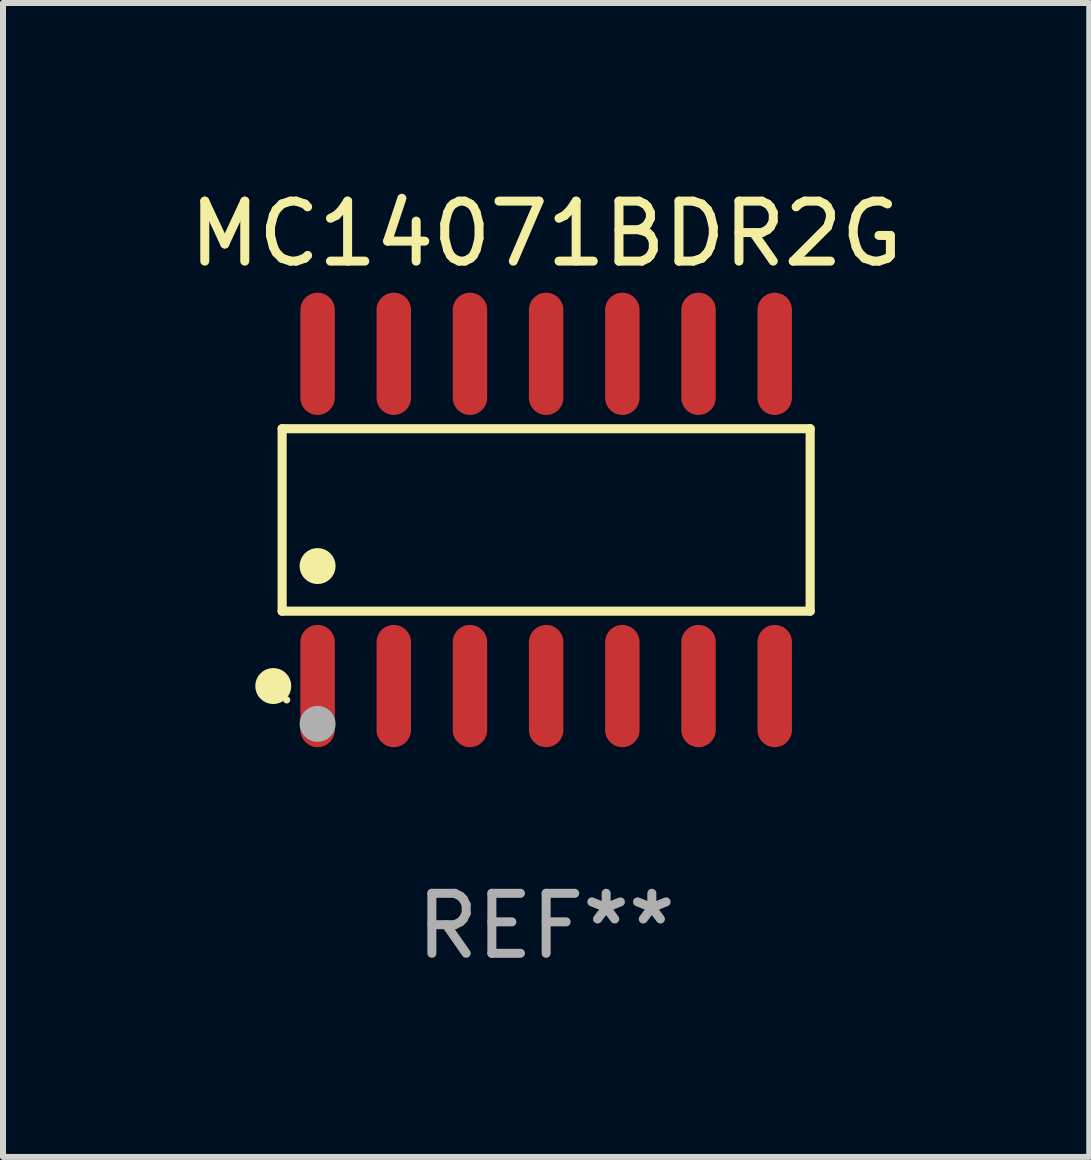
<source format=kicad_pcb>
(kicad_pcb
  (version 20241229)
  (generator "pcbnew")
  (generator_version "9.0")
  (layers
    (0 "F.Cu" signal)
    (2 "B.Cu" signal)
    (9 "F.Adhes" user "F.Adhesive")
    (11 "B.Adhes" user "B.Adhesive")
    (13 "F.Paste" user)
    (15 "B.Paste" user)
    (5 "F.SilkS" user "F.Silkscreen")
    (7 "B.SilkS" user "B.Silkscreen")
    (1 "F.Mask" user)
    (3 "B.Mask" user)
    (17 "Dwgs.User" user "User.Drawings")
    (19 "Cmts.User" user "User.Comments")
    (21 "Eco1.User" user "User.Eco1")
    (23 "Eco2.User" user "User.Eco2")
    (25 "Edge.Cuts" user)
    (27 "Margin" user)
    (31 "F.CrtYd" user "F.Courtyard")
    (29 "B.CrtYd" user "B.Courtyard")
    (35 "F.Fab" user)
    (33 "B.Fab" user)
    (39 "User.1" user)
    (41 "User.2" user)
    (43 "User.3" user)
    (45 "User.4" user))
  (footprint "MC14071BDR2G"
    (layer "F.Cu")
    (at 6.054 5.617)
    (property "Reference" "MC14071BDR2G" (at 0 -4.769 0) (layer "F.SilkS") (effects (font (size 1 1) (thickness 0.15))))
    (attr through_hole)
    (fp_line (start -4.401 -1.521) (end 4.401 -1.521) (stroke (width 0.152) (type solid)) (layer "F.SilkS"))
    (fp_line (start -4.401 1.521) (end -4.401 -1.521) (stroke (width 0.152) (type solid)) (layer "F.SilkS"))
    (fp_line (start 4.401 -1.521) (end 4.401 1.521) (stroke (width 0.152) (type solid)) (layer "F.SilkS"))
    (fp_line (start 4.401 1.521) (end -4.401 1.521) (stroke (width 0.152) (type solid)) (layer "F.SilkS"))
    (fp_circle (center -4.549 2.769) (end -4.399 2.769) (stroke (width 0.3) (type solid)) (fill no) (layer "F.SilkS"))
    (fp_circle (center -4.325 3) (end -4.295 3) (stroke (width 0.06) (type solid)) (fill no) (layer "F.SilkS"))
    (fp_circle (center -3.81 0.769) (end -3.66 0.769) (stroke (width 0.3) (type solid)) (fill no) (layer "F.SilkS"))
    (fp_circle (center -3.81 3.4) (end -3.66 3.4) (stroke (width 0.3) (type solid)) (fill no) (layer "F.Fab"))
    (fp_text user "REF**" (at 0 6.769 0) (layer "F.Fab") (effects (font (size 1 1) (thickness 0.15))))
    (pad "1" smd oval (at -3.81 2.769) (size 0.574 2.038) (layers "F.Cu" "F.Mask" "F.Paste"))
    (pad "2" smd oval (at -2.54 2.769) (size 0.574 2.038) (layers "F.Cu" "F.Mask" "F.Paste"))
    (pad "3" smd oval (at -1.27 2.769) (size 0.574 2.038) (layers "F.Cu" "F.Mask" "F.Paste"))
    (pad "4" smd oval (at 0 2.769) (size 0.574 2.038) (layers "F.Cu" "F.Mask" "F.Paste"))
    (pad "5" smd oval (at 1.27 2.769) (size 0.574 2.038) (layers "F.Cu" "F.Mask" "F.Paste"))
    (pad "6" smd oval (at 2.54 2.769) (size 0.574 2.038) (layers "F.Cu" "F.Mask" "F.Paste"))
    (pad "7" smd oval (at 3.81 2.769) (size 0.574 2.038) (layers "F.Cu" "F.Mask" "F.Paste"))
    (pad "8" smd oval (at 3.81 -2.769) (size 0.574 2.038) (layers "F.Cu" "F.Mask" "F.Paste"))
    (pad "9" smd oval (at 2.54 -2.769) (size 0.574 2.038) (layers "F.Cu" "F.Mask" "F.Paste"))
    (pad "10" smd oval (at 1.27 -2.769) (size 0.574 2.038) (layers "F.Cu" "F.Mask" "F.Paste"))
    (pad "11" smd oval (at 0 -2.769) (size 0.574 2.038) (layers "F.Cu" "F.Mask" "F.Paste"))
    (pad "12" smd oval (at -1.27 -2.769) (size 0.574 2.038) (layers "F.Cu" "F.Mask" "F.Paste"))
    (pad "13" smd oval (at -2.54 -2.769) (size 0.574 2.038) (layers "F.Cu" "F.Mask" "F.Paste"))
    (pad "14" smd oval (at -3.81 -2.769) (size 0.574 2.038) (layers "F.Cu" "F.Mask" "F.Paste")))
  (gr_rect
    (start -3 -3)
    (end 15.107 16.235)
    (stroke (width 0.1) (type default))
    (fill no)
    (layer "Edge.Cuts")))
</source>
